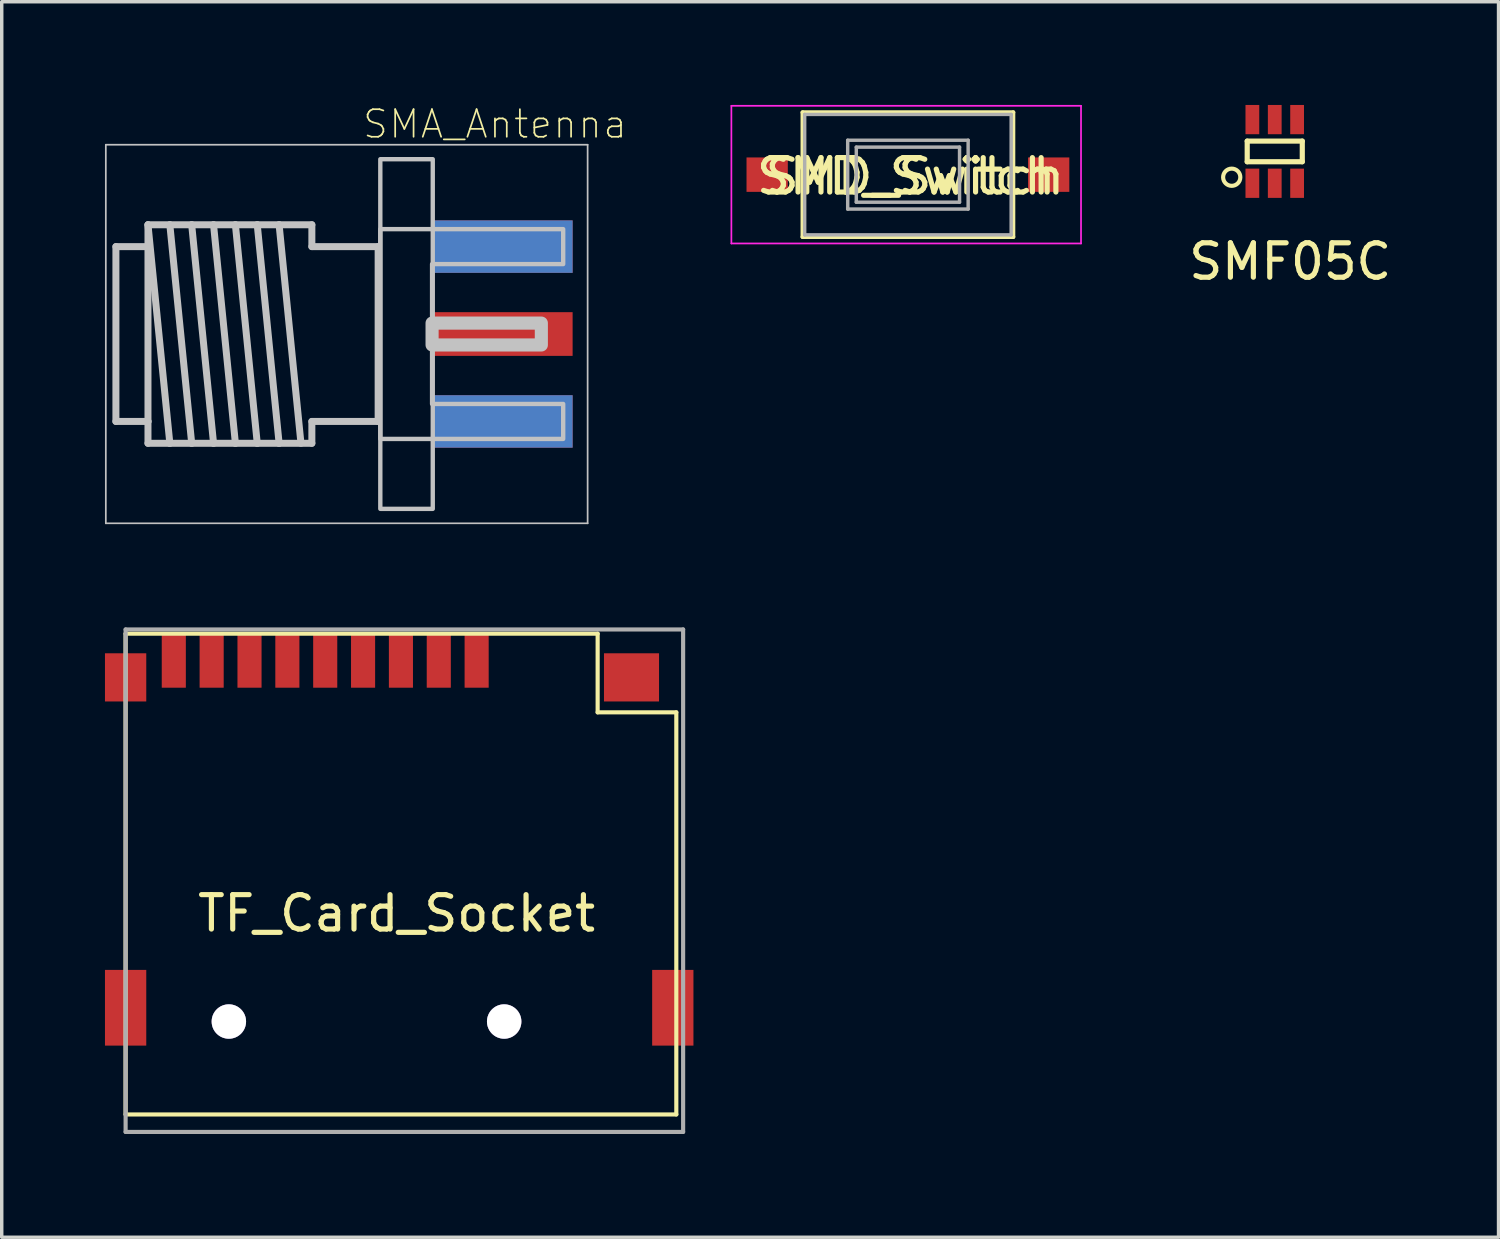
<source format=kicad_pcb>
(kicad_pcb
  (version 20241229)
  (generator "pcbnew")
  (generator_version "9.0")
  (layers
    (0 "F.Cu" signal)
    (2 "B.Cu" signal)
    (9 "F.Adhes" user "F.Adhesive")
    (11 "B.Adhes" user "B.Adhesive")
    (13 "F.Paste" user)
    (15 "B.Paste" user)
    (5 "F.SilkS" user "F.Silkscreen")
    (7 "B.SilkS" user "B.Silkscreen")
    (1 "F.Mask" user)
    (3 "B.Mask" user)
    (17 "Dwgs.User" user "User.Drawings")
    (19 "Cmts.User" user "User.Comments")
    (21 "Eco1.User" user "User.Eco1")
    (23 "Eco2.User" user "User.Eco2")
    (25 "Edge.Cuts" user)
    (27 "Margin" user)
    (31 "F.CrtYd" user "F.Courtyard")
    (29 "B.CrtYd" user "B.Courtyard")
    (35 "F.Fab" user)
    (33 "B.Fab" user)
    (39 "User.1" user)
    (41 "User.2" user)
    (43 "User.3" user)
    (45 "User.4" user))
  (footprint "SMD_Switch"
    (layer "F.Cu")
    (at 23.282 2.075)
    (property "Reference" "SMD_Switch" (at 0.254 0 0) (unlocked yes) (layer "F.SilkS") (effects (font (size 1 1) (thickness 0.15))))
    (property "Value" "SMD_Switch" (at 0 3.048 0) (unlocked yes) (layer "F.Fab") (hide yes) (effects (font (size 1 1) (thickness 0.15))))
    (attr through_hole)
    (fp_line (start -3.01 -1.86) (end 3.11 -1.86) (stroke (width 0.12) (type solid)) (layer "F.SilkS"))
    (fp_line (start -3.01 1.76) (end -3.01 -1.86) (stroke (width 0.12) (type solid)) (layer "F.SilkS"))
    (fp_line (start 3.11 -1.86) (end 3.11 1.76) (stroke (width 0.12) (type solid)) (layer "F.SilkS"))
    (fp_line (start 3.11 1.76) (end -3.01 1.76) (stroke (width 0.12) (type solid)) (layer "F.SilkS"))
    (fp_line (start -5.08 -2.05) (end -5.08 1.95) (stroke (width 0.05) (type solid)) (layer "F.CrtYd"))
    (fp_line (start -5.08 -2.05) (end 5.08 -2.05) (stroke (width 0.05) (type solid)) (layer "F.CrtYd"))
    (fp_line (start -5.08 1.95) (end 5.08 1.95) (stroke (width 0.05) (type solid)) (layer "F.CrtYd"))
    (fp_line (start 5.08 -2.05) (end 5.08 1.95) (stroke (width 0.05) (type solid)) (layer "F.CrtYd"))
    (fp_line (start -2.95 -1.8) (end -2.95 1.7) (stroke (width 0.1) (type solid)) (layer "F.Fab"))
    (fp_line (start -2.95 -1.8) (end 3.05 -1.8) (stroke (width 0.1) (type solid)) (layer "F.Fab"))
    (fp_line (start -2.95 1.7) (end 3.05 1.7) (stroke (width 0.1) (type solid)) (layer "F.Fab"))
    (fp_line (start -1.7 -1.05) (end 1.8 -1.05) (stroke (width 0.1) (type solid)) (layer "F.Fab"))
    (fp_line (start -1.7 0.95) (end -1.7 -1.05) (stroke (width 0.1) (type solid)) (layer "F.Fab"))
    (fp_line (start -1.45 -0.85) (end -1.45 0.75) (stroke (width 0.1) (type solid)) (layer "F.Fab"))
    (fp_line (start -1.45 -0.85) (end 1.55 -0.85) (stroke (width 0.1) (type solid)) (layer "F.Fab"))
    (fp_line (start -1.45 0.75) (end 1.55 0.75) (stroke (width 0.1) (type solid)) (layer "F.Fab"))
    (fp_line (start 1.55 -0.85) (end 1.55 0.75) (stroke (width 0.1) (type solid)) (layer "F.Fab"))
    (fp_line (start 1.8 -1.05) (end 1.8 0.95) (stroke (width 0.1) (type solid)) (layer "F.Fab"))
    (fp_line (start 1.8 0.95) (end -1.7 0.95) (stroke (width 0.1) (type solid)) (layer "F.Fab"))
    (fp_line (start 3.05 -1.8) (end 3.05 1.7) (stroke (width 0.1) (type solid)) (layer "F.Fab"))
    (fp_text user "${VALUE}" (at 0 0 0) (layer "F.SilkS") (effects (font (size 1 1) (thickness 0.15))))
    (pad "1" smd rect (at -4.04 -0.05) (size 1.2 1) (layers "F.Cu" "F.Mask" "F.Paste"))
    (pad "2" smd rect (at 4.14 -0.05) (size 1.2 1) (layers "F.Cu" "F.Mask" "F.Paste")))
  (footprint "SMF05C"
    (layer "F.Cu")
    (at 33.991 1.35)
    (property "Reference" "SMF05C" (at 0.45 3.2 0) (layer "F.SilkS") (effects (font (size 1 1) (thickness 0.15))))
    (attr through_hole)
    (fp_line (start -0.8 -0.3) (end 0.8 -0.3) (stroke (width 0.15) (type solid)) (layer "F.SilkS"))
    (fp_line (start -0.8 0.3) (end -0.8 -0.3) (stroke (width 0.15) (type solid)) (layer "F.SilkS"))
    (fp_line (start 0.8 -0.3) (end 0.8 0.3) (stroke (width 0.15) (type solid)) (layer "F.SilkS"))
    (fp_line (start 0.8 0.3) (end -0.8 0.3) (stroke (width 0.15) (type solid)) (layer "F.SilkS"))
    (fp_circle (center -1.25 0.75) (end -1 0.75) (stroke (width 0.12) (type solid)) (fill no) (layer "F.SilkS"))
    (pad "1" smd rect (at -0.65 0.925) (size 0.4 0.85) (layers "F.Cu" "F.Mask" "F.Paste"))
    (pad "2" smd rect (at 0 0.925) (size 0.4 0.85) (layers "F.Cu" "F.Mask" "F.Paste"))
    (pad "3" smd rect (at 0.65 0.925) (size 0.4 0.85) (layers "F.Cu" "F.Mask" "F.Paste"))
    (pad "4" smd rect (at 0.65 -0.925) (size 0.4 0.85) (layers "F.Cu" "F.Mask" "F.Paste"))
    (pad "5" smd rect (at 0 -0.925) (size 0.4 0.85) (layers "F.Cu" "F.Mask" "F.Paste"))
    (pad "6" smd rect (at -0.65 -0.925) (size 0.4 0.85) (layers "F.Cu" "F.Mask" "F.Paste")))
  (footprint "SMA_Antenna"
    (layer "F.Cu")
    (at 9.525 6.656)
    (property "Reference" "SMA_Antenna" (at 1.807 -6.1 0) (layer "F.SilkS") (effects (font (size 0.801 0.801) (thickness 0.05))))
    (attr smd)
    (fp_line (start -9.5 -5.5) (end -9.5 5.5) (stroke (width 0.05) (type solid)) (layer "Dwgs.User"))
    (fp_line (start -9.5 5.5) (end 4.5 5.5) (stroke (width 0.05) (type solid)) (layer "Dwgs.User"))
    (fp_line (start -9.207 -2.54) (end -8.275 -2.54) (stroke (width 0.203) (type solid)) (layer "Dwgs.User"))
    (fp_line (start -9.207 2.54) (end -9.207 -2.54) (stroke (width 0.203) (type solid)) (layer "Dwgs.User"))
    (fp_line (start -8.275 -3.175) (end -7.64 -3.175) (stroke (width 0.203) (type solid)) (layer "Dwgs.User"))
    (fp_line (start -8.275 -3.175) (end -7.64 3.175) (stroke (width 0.203) (type solid)) (layer "Dwgs.User"))
    (fp_line (start -8.275 -2.54) (end -8.275 -3.175) (stroke (width 0.203) (type solid)) (layer "Dwgs.User"))
    (fp_line (start -8.275 -2.54) (end -8.275 2.54) (stroke (width 0.203) (type solid)) (layer "Dwgs.User"))
    (fp_line (start -8.275 2.54) (end -9.207 2.54) (stroke (width 0.203) (type solid)) (layer "Dwgs.User"))
    (fp_line (start -8.275 3.175) (end -8.275 2.54) (stroke (width 0.203) (type solid)) (layer "Dwgs.User"))
    (fp_line (start -7.64 -3.175) (end -7.005 -3.175) (stroke (width 0.203) (type solid)) (layer "Dwgs.User"))
    (fp_line (start -7.64 -3.175) (end -7.005 3.175) (stroke (width 0.203) (type solid)) (layer "Dwgs.User"))
    (fp_line (start -7.64 3.175) (end -8.275 3.175) (stroke (width 0.203) (type solid)) (layer "Dwgs.User"))
    (fp_line (start -7.005 -3.175) (end -6.37 -3.175) (stroke (width 0.203) (type solid)) (layer "Dwgs.User"))
    (fp_line (start -7.005 -3.175) (end -6.37 3.175) (stroke (width 0.203) (type solid)) (layer "Dwgs.User"))
    (fp_line (start -7.005 3.175) (end -7.64 3.175) (stroke (width 0.203) (type solid)) (layer "Dwgs.User"))
    (fp_line (start -6.37 -3.175) (end -5.735 -3.175) (stroke (width 0.203) (type solid)) (layer "Dwgs.User"))
    (fp_line (start -6.37 -3.175) (end -5.735 3.175) (stroke (width 0.203) (type solid)) (layer "Dwgs.User"))
    (fp_line (start -6.37 3.175) (end -7.005 3.175) (stroke (width 0.203) (type solid)) (layer "Dwgs.User"))
    (fp_line (start -5.735 -3.175) (end -5.1 -3.175) (stroke (width 0.203) (type solid)) (layer "Dwgs.User"))
    (fp_line (start -5.735 -3.175) (end -5.1 3.175) (stroke (width 0.203) (type solid)) (layer "Dwgs.User"))
    (fp_line (start -5.735 3.175) (end -6.37 3.175) (stroke (width 0.203) (type solid)) (layer "Dwgs.User"))
    (fp_line (start -5.1 -3.175) (end -4.465 -3.175) (stroke (width 0.203) (type solid)) (layer "Dwgs.User"))
    (fp_line (start -5.1 -3.175) (end -4.465 3.175) (stroke (width 0.203) (type solid)) (layer "Dwgs.User"))
    (fp_line (start -5.1 3.175) (end -5.735 3.175) (stroke (width 0.203) (type solid)) (layer "Dwgs.User"))
    (fp_line (start -4.465 -3.175) (end -3.83 3.175) (stroke (width 0.203) (type solid)) (layer "Dwgs.User"))
    (fp_line (start -4.465 -3.175) (end -3.513 -3.175) (stroke (width 0.203) (type solid)) (layer "Dwgs.User"))
    (fp_line (start -4.465 3.175) (end -5.1 3.175) (stroke (width 0.203) (type solid)) (layer "Dwgs.User"))
    (fp_line (start -3.513 -3.175) (end -3.513 -2.54) (stroke (width 0.203) (type solid)) (layer "Dwgs.User"))
    (fp_line (start -3.513 -2.54) (end -1.587 -2.54) (stroke (width 0.203) (type solid)) (layer "Dwgs.User"))
    (fp_line (start -3.513 2.54) (end -3.513 3.175) (stroke (width 0.203) (type solid)) (layer "Dwgs.User"))
    (fp_line (start -3.513 3.175) (end -4.465 3.175) (stroke (width 0.203) (type solid)) (layer "Dwgs.User"))
    (fp_line (start -1.587 -2.54) (end -1.587 2.54) (stroke (width 0.203) (type solid)) (layer "Dwgs.User"))
    (fp_line (start -1.587 2.54) (end -3.513 2.54) (stroke (width 0.203) (type solid)) (layer "Dwgs.User"))
    (fp_line (start 4.5 -5.5) (end -9.5 -5.5) (stroke (width 0.05) (type solid)) (layer "Dwgs.User"))
    (fp_line (start 4.5 5.5) (end 4.5 -5.5) (stroke (width 0.05) (type solid)) (layer "Dwgs.User"))
    (fp_poly (pts (xy -1.524 -5.08) (xy 0 -5.08) (xy 0 5.08) (xy -1.524 5.08)) (stroke (width 0.127) (type solid)) (fill no) (layer "Dwgs.User"))
    (fp_poly (pts (xy -0.02 -0.318) (xy 3.155 -0.318) (xy 3.155 0.318) (xy -0.02 0.318)) (stroke (width 0.381) (type solid)) (fill no) (layer "Dwgs.User"))
    (fp_poly (pts (xy -1.524 -3.048) (xy 3.79 -3.048) (xy 3.79 -2.032) (xy -0.02 -2.032) (xy -0.02 2.032) (xy 3.79 2.032) (xy 3.79 3.048) (xy -1.524 3.048)) (stroke (width 0.127) (type solid)) (fill no) (layer "Dwgs.User"))
    (pad "GND1" smd rect (at 2.032 -2.54 90) (size 1.524 4.064) (layers "F.Cu" "F.Mask" "F.Paste"))
    (pad "GND2" smd rect (at 2.032 -2.54 90) (size 1.524 4.064) (layers "B.Cu" "B.Mask" "B.Paste"))
    (pad "GND3" smd rect (at 2.032 2.54 90) (size 1.524 4.064) (layers "B.Cu" "B.Mask" "B.Paste"))
    (pad "GND4" smd rect (at 2.032 2.54 90) (size 1.524 4.064) (layers "F.Cu" "F.Mask" "F.Paste"))
    (pad "P" smd rect (at 2.032 0 90) (size 1.27 4.064) (layers "F.Cu" "F.Mask" "F.Paste")))
  (footprint "TF_Card_Socket"
    (layer "F.Cu")
    (at 0.6 16.633)
    (property "Reference" "TF_Card_Socket" (at 7.874 6.858 0) (layer "F.SilkS") (effects (font (size 1 1) (thickness 0.15))))
    (attr through_hole)
    (fp_line (start 0 -1.27) (end 0 12.7) (stroke (width 0.12) (type solid)) (layer "F.SilkS"))
    (fp_line (start 0 12.7) (end 16.002 12.7) (stroke (width 0.12) (type solid)) (layer "F.SilkS"))
    (fp_line (start 13.716 -1.27) (end 0 -1.27) (stroke (width 0.12) (type solid)) (layer "F.SilkS"))
    (fp_line (start 13.716 1.016) (end 13.716 -1.27) (stroke (width 0.12) (type solid)) (layer "F.SilkS"))
    (fp_line (start 16.002 1.016) (end 13.716 1.016) (stroke (width 0.12) (type solid)) (layer "F.SilkS"))
    (fp_line (start 16.002 12.7) (end 16.002 1.016) (stroke (width 0.12) (type solid)) (layer "F.SilkS"))
    (fp_line (start 0 -1.392) (end 0 13.208) (stroke (width 0.12) (type solid)) (layer "F.Fab"))
    (fp_line (start 0 13.208) (end 16.2 13.208) (stroke (width 0.12) (type solid)) (layer "F.Fab"))
    (fp_line (start 16.2 -1.392) (end 0 -1.392) (stroke (width 0.12) (type solid)) (layer "F.Fab"))
    (fp_line (start 16.2 13.208) (end 16.2 -1.392) (stroke (width 0.12) (type solid)) (layer "F.Fab"))
    (pad "1" smd rect (at 10.2 -0.5 180) (size 0.7 1.6) (layers "F.Cu" "F.Mask" "F.Paste"))
    (pad "2" smd rect (at 9.1 -0.5 180) (size 0.7 1.6) (layers "F.Cu" "F.Mask" "F.Paste"))
    (pad "3" smd rect (at 8 -0.5 180) (size 0.7 1.6) (layers "F.Cu" "F.Mask" "F.Paste"))
    (pad "4" smd rect (at 6.9 -0.5 180) (size 0.7 1.6) (layers "F.Cu" "F.Mask" "F.Paste"))
    (pad "5" smd rect (at 5.8 -0.5 180) (size 0.7 1.6) (layers "F.Cu" "F.Mask" "F.Paste"))
    (pad "6" smd rect (at 4.7 -0.5 180) (size 0.7 1.6) (layers "F.Cu" "F.Mask" "F.Paste"))
    (pad "7" smd rect (at 3.6 -0.5 180) (size 0.7 1.6) (layers "F.Cu" "F.Mask" "F.Paste"))
    (pad "8" smd rect (at 2.5 -0.5 180) (size 0.7 1.6) (layers "F.Cu" "F.Mask" "F.Paste"))
    (pad "9" smd rect (at 1.4 -0.5 180) (size 0.7 1.6) (layers "F.Cu" "F.Mask" "F.Paste"))
    (pad "10" smd rect (at 0 0 180) (size 1.2 1.4) (layers "F.Cu" "F.Mask" "F.Paste"))
    (pad "10" smd rect (at 0 9.6 180) (size 1.2 2.2) (layers "F.Cu" "F.Mask" "F.Paste"))
    (pad "10" smd rect (at 14.7 0 180) (size 1.6 1.4) (layers "F.Cu" "F.Mask" "F.Paste"))
    (pad "10" smd rect (at 15.9 9.6 180) (size 1.2 2.2) (layers "F.Cu" "F.Mask" "F.Paste"))
    (pad "11" thru_hole circle (at 3 10 180) (size 1 1) (drill 1) (layers "*.Cu" "*.Mask"))
    (pad "11" thru_hole circle (at 11 10 180) (size 1 1) (drill 1) (layers "*.Cu" "*.Mask")))
  (gr_rect
    (start -3 -3)
    (end 40.494 32.901)
    (stroke (width 0.1) (type default))
    (fill no)
    (layer "Edge.Cuts")))
</source>
